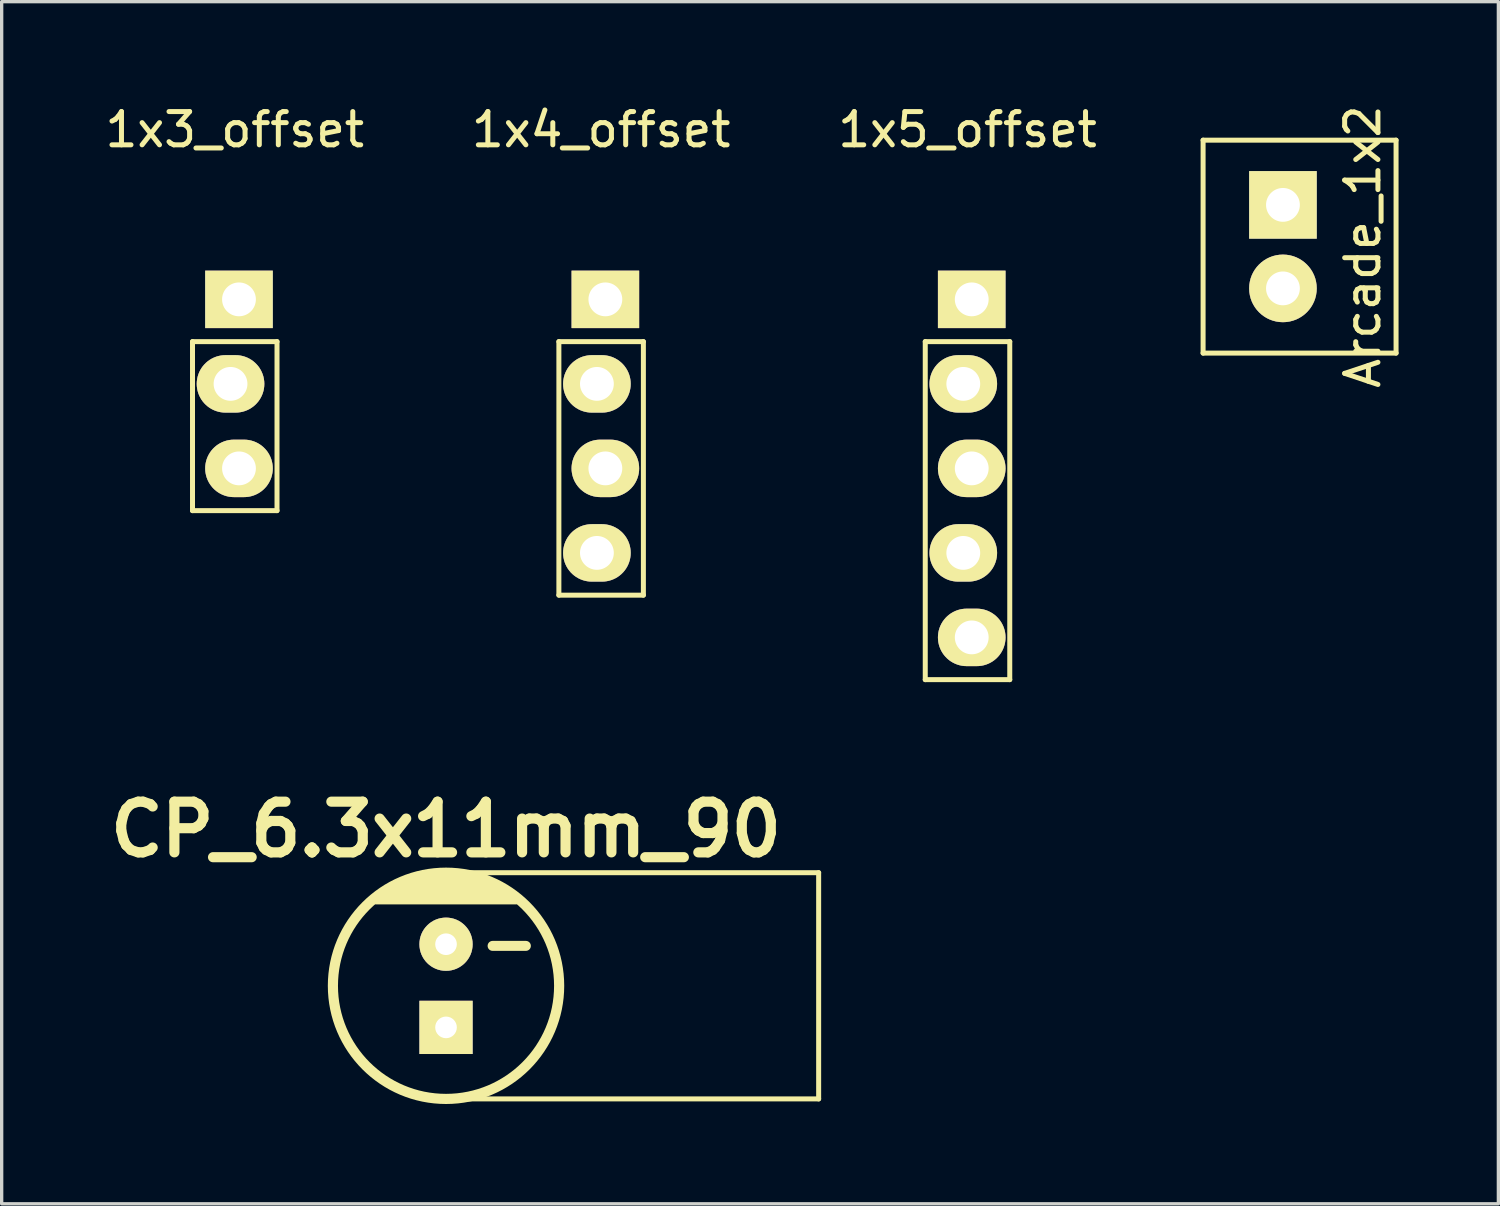
<source format=kicad_pcb>
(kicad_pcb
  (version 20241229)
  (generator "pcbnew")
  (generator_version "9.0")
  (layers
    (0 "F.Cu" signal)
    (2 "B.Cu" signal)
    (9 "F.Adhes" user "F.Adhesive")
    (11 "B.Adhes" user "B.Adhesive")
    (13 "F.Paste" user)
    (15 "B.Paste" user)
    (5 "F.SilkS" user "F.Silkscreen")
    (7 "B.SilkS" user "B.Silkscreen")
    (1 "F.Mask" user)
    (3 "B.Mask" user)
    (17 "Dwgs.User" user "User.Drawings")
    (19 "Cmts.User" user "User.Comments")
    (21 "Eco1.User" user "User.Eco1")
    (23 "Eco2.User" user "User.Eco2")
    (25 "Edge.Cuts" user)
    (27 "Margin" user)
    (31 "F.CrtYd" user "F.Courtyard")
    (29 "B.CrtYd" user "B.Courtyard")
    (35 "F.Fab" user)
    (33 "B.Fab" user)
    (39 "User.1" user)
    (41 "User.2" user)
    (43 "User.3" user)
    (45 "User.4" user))
  (footprint "CP_6.3x11mm_90"
    (layer "F.Cu")
    (at 10.356 26.58)
    (property "Reference" "CP_6.3x11mm_90" (at 0 -4.7 0) (layer "F.SilkS") (effects (font (size 1.524 1.524) (thickness 0.305))))
    (attr through_hole)
    (fp_line (start -2.1 -2.6) (end 2.1 -2.6) (stroke (width 0.305) (type solid)) (layer "F.SilkS"))
    (fp_line (start -1.8 -2.8) (end 1.8 -2.8) (stroke (width 0.305) (type solid)) (layer "F.SilkS"))
    (fp_line (start -1.4 -3) (end 1.4 -3) (stroke (width 0.305) (type solid)) (layer "F.SilkS"))
    (fp_line (start -0.8 -3.2) (end 0.9 -3.2) (stroke (width 0.305) (type solid)) (layer "F.SilkS"))
    (fp_line (start 0 -3.4) (end 11.2 -3.4) (stroke (width 0.15) (type solid)) (layer "F.SilkS"))
    (fp_line (start 0 3.4) (end 11.2 3.4) (stroke (width 0.15) (type solid)) (layer "F.SilkS"))
    (fp_line (start 1.4 -1.2) (end 2.4 -1.2) (stroke (width 0.3) (type solid)) (layer "F.SilkS"))
    (fp_line (start 11.2 3.4) (end 11.2 -3.4) (stroke (width 0.15) (type solid)) (layer "F.SilkS"))
    (fp_circle (center 0 0) (end -3.4 0) (stroke (width 0.305) (type solid)) (fill no) (layer "F.SilkS"))
    (pad "1" thru_hole rect (at 0 1.25) (size 1.6 1.6) (drill 0.65) (layers "*.Cu" "*.Mask" "F.SilkS"))
    (pad "2" thru_hole circle (at 0 -1.25) (size 1.6 1.6) (drill 0.65) (layers "*.Cu" "*.Mask" "F.SilkS")))
  (footprint "1x4_offset"
    (layer "F.Cu")
    (at 15.018 5.948)
    (property "Reference" "1x4_offset" (at 0 -5.1 0) (layer "F.SilkS") (effects (font (size 1 1) (thickness 0.15))))
    (attr through_hole)
    (fp_line (start -1.27 1.27) (end -1.27 8.89) (stroke (width 0.15) (type solid)) (layer "F.SilkS"))
    (fp_line (start -1.27 8.89) (end 1.27 8.89) (stroke (width 0.15) (type solid)) (layer "F.SilkS"))
    (fp_line (start 1.27 1.27) (end -1.27 1.27) (stroke (width 0.15) (type solid)) (layer "F.SilkS"))
    (fp_line (start 1.27 1.27) (end 1.27 8.89) (stroke (width 0.15) (type solid)) (layer "F.SilkS"))
    (pad "1" thru_hole rect (at 0.127 0) (size 2.032 1.727) (drill 1.016) (layers "*.Cu" "*.Mask" "F.SilkS"))
    (pad "2" thru_hole oval (at -0.127 2.54) (size 2.032 1.727) (drill 1.016) (layers "*.Cu" "*.Mask" "F.SilkS"))
    (pad "3" thru_hole oval (at 0.127 5.08) (size 2.032 1.727) (drill 1.016) (layers "*.Cu" "*.Mask" "F.SilkS"))
    (pad "4" thru_hole oval (at -0.127 7.62) (size 2.032 1.727) (drill 1.016) (layers "*.Cu" "*.Mask" "F.SilkS")))
  (footprint "Arcade_1x2"
    (layer "F.Cu")
    (at 35.511 4.363)
    (property "Reference" "Arcade_1x2" (at 2.4 0 90) (layer "F.SilkS") (effects (font (size 1 1) (thickness 0.15))))
    (attr through_hole)
    (fp_line (start -2.4 -3.2) (end 3.4 -3.2) (stroke (width 0.15) (type solid)) (layer "F.SilkS"))
    (fp_line (start -2.4 3.2) (end -2.4 -3.2) (stroke (width 0.15) (type solid)) (layer "F.SilkS"))
    (fp_line (start 3.4 -3.2) (end 3.4 3.2) (stroke (width 0.15) (type solid)) (layer "F.SilkS"))
    (fp_line (start 3.4 3.2) (end -2.4 3.2) (stroke (width 0.15) (type solid)) (layer "F.SilkS"))
    (pad "1" thru_hole rect (at 0 -1.255) (size 2.032 2.032) (drill 1.016) (layers "*.Cu" "*.Mask" "F.SilkS"))
    (pad "2" thru_hole oval (at 0 1.255) (size 2.032 2.032) (drill 1.016) (layers "*.Cu" "*.Mask" "F.SilkS")))
  (footprint "1x5_offset"
    (layer "F.Cu")
    (at 26.03 5.948)
    (property "Reference" "1x5_offset" (at 0 -5.1 0) (layer "F.SilkS") (effects (font (size 1 1) (thickness 0.15))))
    (attr through_hole)
    (fp_line (start -1.27 11.43) (end -1.27 1.27) (stroke (width 0.15) (type solid)) (layer "F.SilkS"))
    (fp_line (start 1.27 1.27) (end -1.27 1.27) (stroke (width 0.15) (type solid)) (layer "F.SilkS"))
    (fp_line (start 1.27 1.27) (end 1.27 11.43) (stroke (width 0.15) (type solid)) (layer "F.SilkS"))
    (fp_line (start 1.27 11.43) (end -1.27 11.43) (stroke (width 0.15) (type solid)) (layer "F.SilkS"))
    (pad "1" thru_hole rect (at 0.127 0) (size 2.032 1.727) (drill 1.016) (layers "*.Cu" "*.Mask" "F.SilkS"))
    (pad "2" thru_hole oval (at -0.127 2.54) (size 2.032 1.727) (drill 1.016) (layers "*.Cu" "*.Mask" "F.SilkS"))
    (pad "3" thru_hole oval (at 0.127 5.08) (size 2.032 1.727) (drill 1.016) (layers "*.Cu" "*.Mask" "F.SilkS"))
    (pad "4" thru_hole oval (at -0.127 7.62) (size 2.032 1.727) (drill 1.016) (layers "*.Cu" "*.Mask" "F.SilkS"))
    (pad "5" thru_hole oval (at 0.127 10.16) (size 2.032 1.727) (drill 1.016) (layers "*.Cu" "*.Mask" "F.SilkS")))
  (footprint "1x3_offset"
    (layer "F.Cu")
    (at 4.006 5.948)
    (property "Reference" "1x3_offset" (at 0 -5.1 0) (layer "F.SilkS") (effects (font (size 1 1) (thickness 0.15))))
    (attr through_hole)
    (fp_line (start -1.27 1.27) (end -1.27 6.35) (stroke (width 0.15) (type solid)) (layer "F.SilkS"))
    (fp_line (start -1.27 6.35) (end 1.27 6.35) (stroke (width 0.15) (type solid)) (layer "F.SilkS"))
    (fp_line (start 1.27 1.27) (end -1.27 1.27) (stroke (width 0.15) (type solid)) (layer "F.SilkS"))
    (fp_line (start 1.27 6.35) (end 1.27 1.27) (stroke (width 0.15) (type solid)) (layer "F.SilkS"))
    (pad "1" thru_hole rect (at 0.127 0) (size 2.032 1.727) (drill 1.016) (layers "*.Cu" "*.Mask" "F.SilkS"))
    (pad "2" thru_hole oval (at -0.127 2.54) (size 2.032 1.727) (drill 1.016) (layers "*.Cu" "*.Mask" "F.SilkS"))
    (pad "3" thru_hole oval (at 0.127 5.08) (size 2.032 1.727) (drill 1.016) (layers "*.Cu" "*.Mask" "F.SilkS")))
  (gr_rect
    (start -3 -3)
    (end 41.986 33.132)
    (stroke (width 0.1) (type default))
    (fill no)
    (layer "Edge.Cuts")))
</source>
